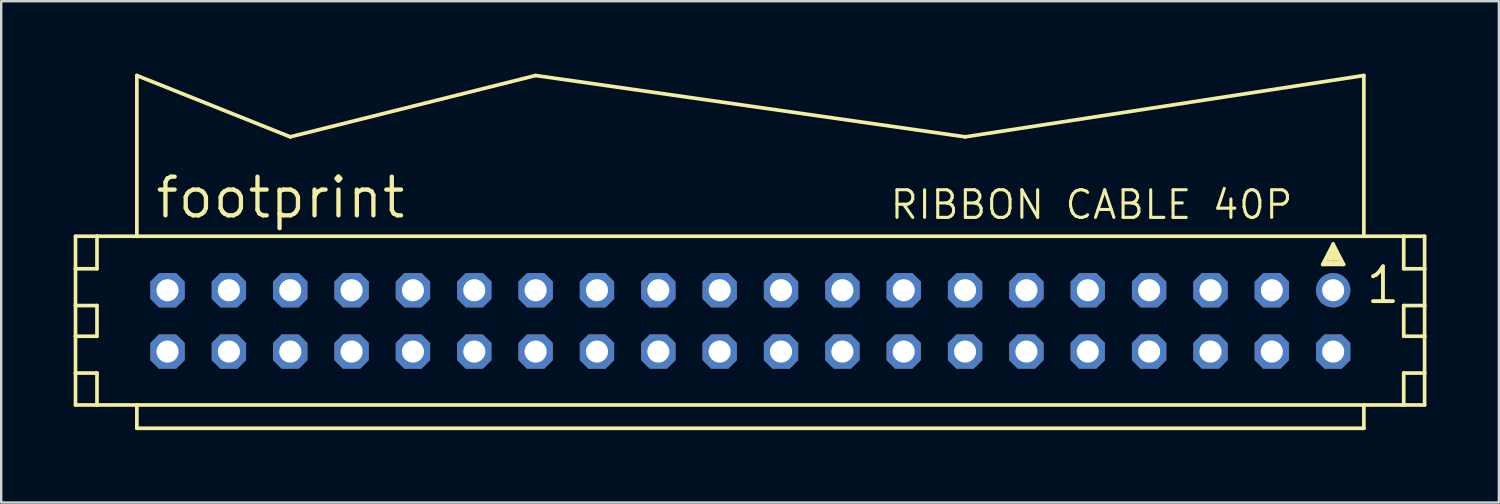
<source format=kicad_pcb>
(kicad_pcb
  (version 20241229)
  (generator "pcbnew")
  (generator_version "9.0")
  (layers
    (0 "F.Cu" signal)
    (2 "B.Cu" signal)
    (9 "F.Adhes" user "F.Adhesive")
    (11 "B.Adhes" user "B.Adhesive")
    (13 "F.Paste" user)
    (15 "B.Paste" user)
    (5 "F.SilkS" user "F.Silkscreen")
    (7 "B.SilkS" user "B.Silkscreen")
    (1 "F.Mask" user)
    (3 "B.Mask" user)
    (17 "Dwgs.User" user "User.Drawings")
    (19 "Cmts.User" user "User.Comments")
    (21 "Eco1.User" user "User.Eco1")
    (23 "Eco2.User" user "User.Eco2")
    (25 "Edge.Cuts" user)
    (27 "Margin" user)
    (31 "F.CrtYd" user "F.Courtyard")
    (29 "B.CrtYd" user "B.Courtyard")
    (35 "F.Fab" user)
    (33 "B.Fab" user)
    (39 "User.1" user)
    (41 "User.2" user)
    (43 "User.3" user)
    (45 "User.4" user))
  (footprint "footprint"
    (layer "F.Cu")
    (at 28.016 10.236)
    (property "Reference" "footprint" (at -24.714 -4.166 0) (layer "F.SilkS") (effects (font (size 1.6 1.6) (thickness 0.178)) (justify left bottom)))
    (fp_line (start -27.94 -3.505) (end -27.94 -2.159) (stroke (width 0.152) (type solid)) (layer "F.SilkS"))
    (fp_line (start -27.94 -2.159) (end -27.94 -0.635) (stroke (width 0.152) (type solid)) (layer "F.SilkS"))
    (fp_line (start -27.94 -2.159) (end -27.051 -2.159) (stroke (width 0.152) (type solid)) (layer "F.SilkS"))
    (fp_line (start -27.94 -0.635) (end -27.94 0.635) (stroke (width 0.152) (type solid)) (layer "F.SilkS"))
    (fp_line (start -27.94 -0.635) (end -27.051 -0.635) (stroke (width 0.152) (type solid)) (layer "F.SilkS"))
    (fp_line (start -27.94 0.635) (end -27.94 2.159) (stroke (width 0.152) (type solid)) (layer "F.SilkS"))
    (fp_line (start -27.94 0.635) (end -27.051 0.635) (stroke (width 0.152) (type solid)) (layer "F.SilkS"))
    (fp_line (start -27.94 2.159) (end -27.94 3.48) (stroke (width 0.152) (type solid)) (layer "F.SilkS"))
    (fp_line (start -27.94 2.159) (end -27.051 2.159) (stroke (width 0.152) (type solid)) (layer "F.SilkS"))
    (fp_line (start -27.94 3.48) (end -27.051 3.48) (stroke (width 0.152) (type solid)) (layer "F.SilkS"))
    (fp_line (start -27.051 -3.505) (end -27.94 -3.505) (stroke (width 0.152) (type solid)) (layer "F.SilkS"))
    (fp_line (start -27.051 -3.505) (end -27.051 -2.159) (stroke (width 0.152) (type solid)) (layer "F.SilkS"))
    (fp_line (start -27.051 -0.635) (end -27.051 0.635) (stroke (width 0.152) (type solid)) (layer "F.SilkS"))
    (fp_line (start -27.051 2.159) (end -27.051 3.48) (stroke (width 0.152) (type solid)) (layer "F.SilkS"))
    (fp_line (start -27.051 3.48) (end -25.4 3.48) (stroke (width 0.152) (type solid)) (layer "F.SilkS"))
    (fp_line (start -25.4 -10.16) (end -25.4 -3.505) (stroke (width 0.152) (type solid)) (layer "F.SilkS"))
    (fp_line (start -25.4 -3.505) (end -27.051 -3.505) (stroke (width 0.152) (type solid)) (layer "F.SilkS"))
    (fp_line (start -25.4 3.48) (end 25.4 3.48) (stroke (width 0.152) (type solid)) (layer "F.SilkS"))
    (fp_line (start -25.4 4.445) (end -25.4 3.48) (stroke (width 0.152) (type solid)) (layer "F.SilkS"))
    (fp_line (start -19.05 -7.62) (end -25.4 -10.16) (stroke (width 0.152) (type solid)) (layer "F.SilkS"))
    (fp_line (start -19.05 -7.62) (end -8.89 -10.16) (stroke (width 0.152) (type solid)) (layer "F.SilkS"))
    (fp_line (start -8.89 -10.16) (end 8.89 -7.62) (stroke (width 0.152) (type solid)) (layer "F.SilkS"))
    (fp_line (start 8.89 -7.62) (end 25.4 -10.16) (stroke (width 0.152) (type solid)) (layer "F.SilkS"))
    (fp_line (start 23.698 -2.337) (end 24.13 -3.175) (stroke (width 0.152) (type solid)) (layer "F.SilkS"))
    (fp_line (start 24.13 -3.175) (end 24.13 -2.921) (stroke (width 0.152) (type solid)) (layer "F.SilkS"))
    (fp_line (start 24.13 -3.175) (end 24.562 -2.337) (stroke (width 0.152) (type solid)) (layer "F.SilkS"))
    (fp_line (start 24.562 -2.337) (end 23.698 -2.337) (stroke (width 0.152) (type solid)) (layer "F.SilkS"))
    (fp_line (start 25.4 -3.505) (end -25.4 -3.505) (stroke (width 0.152) (type solid)) (layer "F.SilkS"))
    (fp_line (start 25.4 -3.505) (end 25.4 -10.16) (stroke (width 0.152) (type solid)) (layer "F.SilkS"))
    (fp_line (start 25.4 3.48) (end 25.4 4.445) (stroke (width 0.152) (type solid)) (layer "F.SilkS"))
    (fp_line (start 25.4 3.48) (end 27.051 3.48) (stroke (width 0.152) (type solid)) (layer "F.SilkS"))
    (fp_line (start 25.4 4.445) (end -25.4 4.445) (stroke (width 0.152) (type solid)) (layer "F.SilkS"))
    (fp_line (start 27.051 -3.505) (end 25.4 -3.505) (stroke (width 0.152) (type solid)) (layer "F.SilkS"))
    (fp_line (start 27.051 -3.505) (end 27.051 -2.159) (stroke (width 0.152) (type solid)) (layer "F.SilkS"))
    (fp_line (start 27.051 -2.159) (end 27.915 -2.159) (stroke (width 0.152) (type solid)) (layer "F.SilkS"))
    (fp_line (start 27.051 -0.635) (end 27.051 0.635) (stroke (width 0.152) (type solid)) (layer "F.SilkS"))
    (fp_line (start 27.051 -0.635) (end 27.915 -0.635) (stroke (width 0.152) (type solid)) (layer "F.SilkS"))
    (fp_line (start 27.051 0.635) (end 27.915 0.635) (stroke (width 0.152) (type solid)) (layer "F.SilkS"))
    (fp_line (start 27.051 2.159) (end 27.051 3.48) (stroke (width 0.152) (type solid)) (layer "F.SilkS"))
    (fp_line (start 27.051 2.159) (end 27.915 2.159) (stroke (width 0.152) (type solid)) (layer "F.SilkS"))
    (fp_line (start 27.051 3.48) (end 27.915 3.48) (stroke (width 0.152) (type solid)) (layer "F.SilkS"))
    (fp_line (start 27.915 -3.505) (end 27.051 -3.505) (stroke (width 0.152) (type solid)) (layer "F.SilkS"))
    (fp_line (start 27.915 -2.159) (end 27.915 -3.505) (stroke (width 0.152) (type solid)) (layer "F.SilkS"))
    (fp_line (start 27.915 -0.635) (end 27.915 -2.159) (stroke (width 0.152) (type solid)) (layer "F.SilkS"))
    (fp_line (start 27.915 0.635) (end 27.915 -0.635) (stroke (width 0.152) (type solid)) (layer "F.SilkS"))
    (fp_line (start 27.915 2.159) (end 27.915 0.635) (stroke (width 0.152) (type solid)) (layer "F.SilkS"))
    (fp_line (start 27.915 3.48) (end 27.915 2.159) (stroke (width 0.152) (type solid)) (layer "F.SilkS"))
    (fp_poly (pts (xy 23.749 -2.388) (xy 24.13 -2.388) (xy 24.13 -2.515) (xy 23.749 -2.515)) (stroke (width 0) (type solid)) (fill yes) (layer "F.SilkS"))
    (fp_poly (pts (xy 23.876 -2.515) (xy 24.384 -2.515) (xy 24.384 -2.769) (xy 23.876 -2.769)) (stroke (width 0) (type solid)) (fill yes) (layer "F.SilkS"))
    (fp_poly (pts (xy 24.003 -2.718) (xy 24.257 -2.718) (xy 24.257 -2.972) (xy 24.003 -2.972)) (stroke (width 0) (type solid)) (fill yes) (layer "F.SilkS"))
    (fp_poly (pts (xy 24.13 -2.388) (xy 24.511 -2.388) (xy 24.511 -2.515) (xy 24.13 -2.515)) (stroke (width 0) (type solid)) (fill yes) (layer "F.SilkS"))
    (fp_text user "1" (at 25.4 -0.635 0) (layer "F.SilkS") (effects (font (size 1.44 1.44) (thickness 0.16)) (justify left bottom)))
    (fp_text user "RIBBON CABLE 40P" (at 5.715 -4.14 0) (layer "F.SilkS") (effects (font (size 1.143 1.143) (thickness 0.127)) (justify left bottom)))
    (pad "1" thru_hole circle (at 24.13 -1.27) (size 1.422 1.422) (drill 0.914) (layers "*.Cu" "*.Mask"))
    (pad "2" thru_hole roundrect (at 24.13 1.27) (size 1.422 1.422) (drill 0.914) (layers "*.Cu" "*.Mask") (roundrect_rratio 0.25) (chamfer_ratio 0.25) (chamfer top_left top_right bottom_left bottom_right))
    (pad "3" thru_hole roundrect (at 21.59 -1.27) (size 1.422 1.422) (drill 0.914) (layers "*.Cu" "*.Mask") (roundrect_rratio 0.25) (chamfer_ratio 0.25) (chamfer top_left top_right bottom_left bottom_right))
    (pad "4" thru_hole roundrect (at 21.59 1.27) (size 1.422 1.422) (drill 0.914) (layers "*.Cu" "*.Mask") (roundrect_rratio 0.25) (chamfer_ratio 0.25) (chamfer top_left top_right bottom_left bottom_right))
    (pad "5" thru_hole roundrect (at 19.05 -1.27) (size 1.422 1.422) (drill 0.914) (layers "*.Cu" "*.Mask") (roundrect_rratio 0.25) (chamfer_ratio 0.25) (chamfer top_left top_right bottom_left bottom_right))
    (pad "6" thru_hole roundrect (at 19.05 1.27) (size 1.422 1.422) (drill 0.914) (layers "*.Cu" "*.Mask") (roundrect_rratio 0.25) (chamfer_ratio 0.25) (chamfer top_left top_right bottom_left bottom_right))
    (pad "7" thru_hole roundrect (at 16.51 -1.27) (size 1.422 1.422) (drill 0.914) (layers "*.Cu" "*.Mask") (roundrect_rratio 0.25) (chamfer_ratio 0.25) (chamfer top_left top_right bottom_left bottom_right))
    (pad "8" thru_hole roundrect (at 16.51 1.27) (size 1.422 1.422) (drill 0.914) (layers "*.Cu" "*.Mask") (roundrect_rratio 0.25) (chamfer_ratio 0.25) (chamfer top_left top_right bottom_left bottom_right))
    (pad "9" thru_hole roundrect (at 13.97 -1.27) (size 1.422 1.422) (drill 0.914) (layers "*.Cu" "*.Mask") (roundrect_rratio 0.25) (chamfer_ratio 0.25) (chamfer top_left top_right bottom_left bottom_right))
    (pad "10" thru_hole roundrect (at 13.97 1.27) (size 1.422 1.422) (drill 0.914) (layers "*.Cu" "*.Mask") (roundrect_rratio 0.25) (chamfer_ratio 0.25) (chamfer top_left top_right bottom_left bottom_right))
    (pad "11" thru_hole roundrect (at 11.43 -1.27) (size 1.422 1.422) (drill 0.914) (layers "*.Cu" "*.Mask") (roundrect_rratio 0.25) (chamfer_ratio 0.25) (chamfer top_left top_right bottom_left bottom_right))
    (pad "12" thru_hole roundrect (at 11.43 1.27) (size 1.422 1.422) (drill 0.914) (layers "*.Cu" "*.Mask") (roundrect_rratio 0.25) (chamfer_ratio 0.25) (chamfer top_left top_right bottom_left bottom_right))
    (pad "13" thru_hole roundrect (at 8.89 -1.27) (size 1.422 1.422) (drill 0.914) (layers "*.Cu" "*.Mask") (roundrect_rratio 0.25) (chamfer_ratio 0.25) (chamfer top_left top_right bottom_left bottom_right))
    (pad "14" thru_hole roundrect (at 8.89 1.27) (size 1.422 1.422) (drill 0.914) (layers "*.Cu" "*.Mask") (roundrect_rratio 0.25) (chamfer_ratio 0.25) (chamfer top_left top_right bottom_left bottom_right))
    (pad "15" thru_hole roundrect (at 6.35 -1.27) (size 1.422 1.422) (drill 0.914) (layers "*.Cu" "*.Mask") (roundrect_rratio 0.25) (chamfer_ratio 0.25) (chamfer top_left top_right bottom_left bottom_right))
    (pad "16" thru_hole roundrect (at 6.35 1.27) (size 1.422 1.422) (drill 0.914) (layers "*.Cu" "*.Mask") (roundrect_rratio 0.25) (chamfer_ratio 0.25) (chamfer top_left top_right bottom_left bottom_right))
    (pad "17" thru_hole roundrect (at 3.81 -1.27) (size 1.422 1.422) (drill 0.914) (layers "*.Cu" "*.Mask") (roundrect_rratio 0.25) (chamfer_ratio 0.25) (chamfer top_left top_right bottom_left bottom_right))
    (pad "18" thru_hole roundrect (at 3.81 1.27) (size 1.422 1.422) (drill 0.914) (layers "*.Cu" "*.Mask") (roundrect_rratio 0.25) (chamfer_ratio 0.25) (chamfer top_left top_right bottom_left bottom_right))
    (pad "19" thru_hole roundrect (at 1.27 -1.27) (size 1.422 1.422) (drill 0.914) (layers "*.Cu" "*.Mask") (roundrect_rratio 0.25) (chamfer_ratio 0.25) (chamfer top_left top_right bottom_left bottom_right))
    (pad "20" thru_hole roundrect (at 1.27 1.27) (size 1.422 1.422) (drill 0.914) (layers "*.Cu" "*.Mask") (roundrect_rratio 0.25) (chamfer_ratio 0.25) (chamfer top_left top_right bottom_left bottom_right))
    (pad "21" thru_hole roundrect (at -1.27 -1.27) (size 1.422 1.422) (drill 0.914) (layers "*.Cu" "*.Mask") (roundrect_rratio 0.25) (chamfer_ratio 0.25) (chamfer top_left top_right bottom_left bottom_right))
    (pad "22" thru_hole roundrect (at -1.27 1.27) (size 1.422 1.422) (drill 0.914) (layers "*.Cu" "*.Mask") (roundrect_rratio 0.25) (chamfer_ratio 0.25) (chamfer top_left top_right bottom_left bottom_right))
    (pad "23" thru_hole roundrect (at -3.81 -1.27) (size 1.422 1.422) (drill 0.914) (layers "*.Cu" "*.Mask") (roundrect_rratio 0.25) (chamfer_ratio 0.25) (chamfer top_left top_right bottom_left bottom_right))
    (pad "24" thru_hole roundrect (at -3.81 1.27) (size 1.422 1.422) (drill 0.914) (layers "*.Cu" "*.Mask") (roundrect_rratio 0.25) (chamfer_ratio 0.25) (chamfer top_left top_right bottom_left bottom_right))
    (pad "25" thru_hole roundrect (at -6.35 -1.27) (size 1.422 1.422) (drill 0.914) (layers "*.Cu" "*.Mask") (roundrect_rratio 0.25) (chamfer_ratio 0.25) (chamfer top_left top_right bottom_left bottom_right))
    (pad "26" thru_hole roundrect (at -6.35 1.27) (size 1.422 1.422) (drill 0.914) (layers "*.Cu" "*.Mask") (roundrect_rratio 0.25) (chamfer_ratio 0.25) (chamfer top_left top_right bottom_left bottom_right))
    (pad "27" thru_hole roundrect (at -8.89 -1.27) (size 1.422 1.422) (drill 0.914) (layers "*.Cu" "*.Mask") (roundrect_rratio 0.25) (chamfer_ratio 0.25) (chamfer top_left top_right bottom_left bottom_right))
    (pad "28" thru_hole roundrect (at -8.89 1.27) (size 1.422 1.422) (drill 0.914) (layers "*.Cu" "*.Mask") (roundrect_rratio 0.25) (chamfer_ratio 0.25) (chamfer top_left top_right bottom_left bottom_right))
    (pad "29" thru_hole roundrect (at -11.43 -1.27) (size 1.422 1.422) (drill 0.914) (layers "*.Cu" "*.Mask") (roundrect_rratio 0.25) (chamfer_ratio 0.25) (chamfer top_left top_right bottom_left bottom_right))
    (pad "30" thru_hole roundrect (at -11.43 1.27) (size 1.422 1.422) (drill 0.914) (layers "*.Cu" "*.Mask") (roundrect_rratio 0.25) (chamfer_ratio 0.25) (chamfer top_left top_right bottom_left bottom_right))
    (pad "31" thru_hole roundrect (at -13.97 -1.27) (size 1.422 1.422) (drill 0.914) (layers "*.Cu" "*.Mask") (roundrect_rratio 0.25) (chamfer_ratio 0.25) (chamfer top_left top_right bottom_left bottom_right))
    (pad "32" thru_hole roundrect (at -13.97 1.27) (size 1.422 1.422) (drill 0.914) (layers "*.Cu" "*.Mask") (roundrect_rratio 0.25) (chamfer_ratio 0.25) (chamfer top_left top_right bottom_left bottom_right))
    (pad "33" thru_hole roundrect (at -16.51 -1.27) (size 1.422 1.422) (drill 0.914) (layers "*.Cu" "*.Mask") (roundrect_rratio 0.25) (chamfer_ratio 0.25) (chamfer top_left top_right bottom_left bottom_right))
    (pad "34" thru_hole roundrect (at -16.51 1.27) (size 1.422 1.422) (drill 0.914) (layers "*.Cu" "*.Mask") (roundrect_rratio 0.25) (chamfer_ratio 0.25) (chamfer top_left top_right bottom_left bottom_right))
    (pad "35" thru_hole roundrect (at -19.05 -1.27) (size 1.422 1.422) (drill 0.914) (layers "*.Cu" "*.Mask") (roundrect_rratio 0.25) (chamfer_ratio 0.25) (chamfer top_left top_right bottom_left bottom_right))
    (pad "36" thru_hole roundrect (at -19.05 1.27) (size 1.422 1.422) (drill 0.914) (layers "*.Cu" "*.Mask") (roundrect_rratio 0.25) (chamfer_ratio 0.25) (chamfer top_left top_right bottom_left bottom_right))
    (pad "37" thru_hole roundrect (at -21.59 -1.27) (size 1.422 1.422) (drill 0.914) (layers "*.Cu" "*.Mask") (roundrect_rratio 0.25) (chamfer_ratio 0.25) (chamfer top_left top_right bottom_left bottom_right))
    (pad "38" thru_hole roundrect (at -21.59 1.27) (size 1.422 1.422) (drill 0.914) (layers "*.Cu" "*.Mask") (roundrect_rratio 0.25) (chamfer_ratio 0.25) (chamfer top_left top_right bottom_left bottom_right))
    (pad "39" thru_hole roundrect (at -24.13 -1.27) (size 1.422 1.422) (drill 0.914) (layers "*.Cu" "*.Mask") (roundrect_rratio 0.25) (chamfer_ratio 0.25) (chamfer top_left top_right bottom_left bottom_right))
    (pad "40" thru_hole roundrect (at -24.13 1.27) (size 1.422 1.422) (drill 0.914) (layers "*.Cu" "*.Mask") (roundrect_rratio 0.25) (chamfer_ratio 0.25) (chamfer top_left top_right bottom_left bottom_right)))
  (gr_rect
    (start -3 -3)
    (end 59.007 17.757)
    (stroke (width 0.1) (type default))
    (fill no)
    (layer "Edge.Cuts")))
</source>
